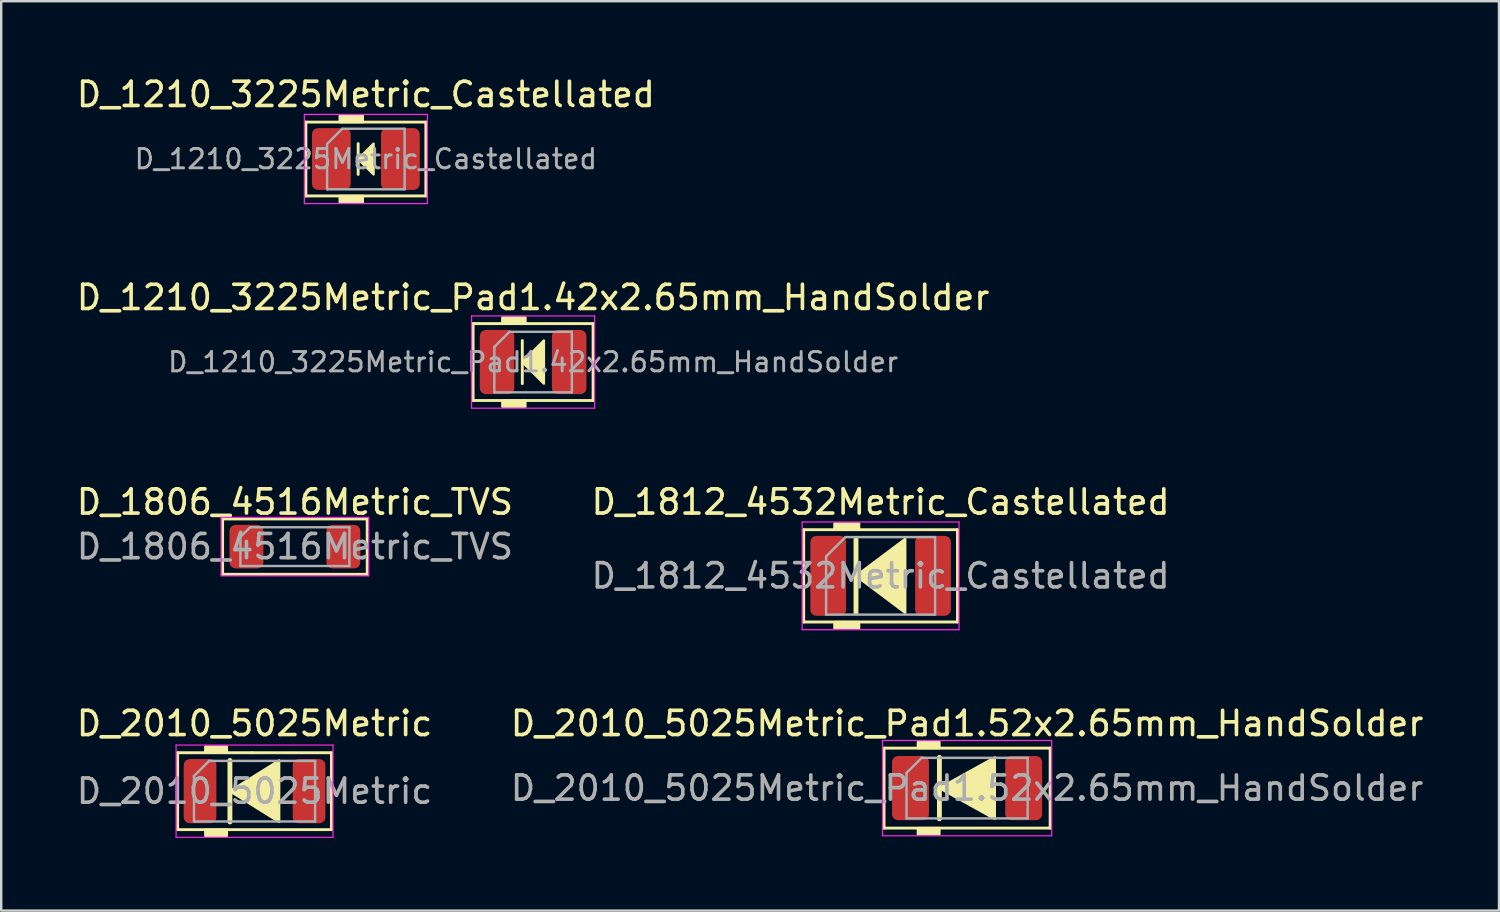
<source format=kicad_pcb>
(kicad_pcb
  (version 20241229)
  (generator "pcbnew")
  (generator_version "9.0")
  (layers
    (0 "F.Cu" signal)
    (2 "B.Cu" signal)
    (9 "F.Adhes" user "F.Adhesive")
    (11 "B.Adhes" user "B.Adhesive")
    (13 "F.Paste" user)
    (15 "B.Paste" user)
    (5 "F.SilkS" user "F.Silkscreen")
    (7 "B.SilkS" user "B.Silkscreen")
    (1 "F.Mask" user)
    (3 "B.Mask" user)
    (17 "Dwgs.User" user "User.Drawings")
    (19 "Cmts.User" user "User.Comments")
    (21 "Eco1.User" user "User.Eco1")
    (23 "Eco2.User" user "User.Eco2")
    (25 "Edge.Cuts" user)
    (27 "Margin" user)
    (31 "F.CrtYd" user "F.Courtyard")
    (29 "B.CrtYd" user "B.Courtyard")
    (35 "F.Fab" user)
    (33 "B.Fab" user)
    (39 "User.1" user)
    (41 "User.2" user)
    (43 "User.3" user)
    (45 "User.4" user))
  (footprint "D_1210_3225Metric_Pad1.42x2.65mm_HandSolder"
    (layer "F.Cu")
    (at 18.958 11.897)
    (property "Reference" "D_1210_3225Metric_Pad1.42x2.65mm_HandSolder" (at 0 -2.667 0) (layer "F.SilkS") (effects (font (size 1 1) (thickness 0.15))))
    (attr smd)
    (fp_line (start -2.477 -1.587) (end -2.477 1.587) (stroke (width 0.12) (type solid)) (layer "F.SilkS"))
    (fp_line (start -2.477 1.587) (end 2.477 1.587) (stroke (width 0.12) (type solid)) (layer "F.SilkS"))
    (fp_line (start -0.445 -0.889) (end -0.445 0.889) (stroke (width 0.12) (type solid)) (layer "F.SilkS"))
    (fp_line (start 2.477 -1.587) (end -2.477 -1.587) (stroke (width 0.12) (type solid)) (layer "F.SilkS"))
    (fp_line (start 2.477 1.587) (end 2.477 -1.587) (stroke (width 0.12) (type solid)) (layer "F.SilkS"))
    (fp_poly (pts (xy 0.445 0.889) (xy -0.445 0) (xy 0.445 -0.889)) (stroke (width 0.1) (type solid)) (fill yes) (layer "F.SilkS"))
    (fp_poly (pts (xy -0.318 -1.587) (xy -1.27 -1.587) (xy -1.27 -1.841) (xy -0.318 -1.841)) (stroke (width 0.1) (type solid)) (fill yes) (layer "F.SilkS"))
    (fp_poly (pts (xy -0.318 1.841) (xy -1.27 1.841) (xy -1.27 1.587) (xy -0.318 1.587)) (stroke (width 0.1) (type solid)) (fill yes) (layer "F.SilkS"))
    (fp_line (start -2.54 -1.905) (end 2.54 -1.905) (stroke (width 0.05) (type solid)) (layer "F.CrtYd"))
    (fp_line (start -2.54 1.905) (end -2.54 -1.905) (stroke (width 0.05) (type solid)) (layer "F.CrtYd"))
    (fp_line (start 2.54 -1.905) (end 2.54 1.905) (stroke (width 0.05) (type solid)) (layer "F.CrtYd"))
    (fp_line (start 2.54 1.905) (end -2.54 1.905) (stroke (width 0.05) (type solid)) (layer "F.CrtYd"))
    (fp_line (start -1.6 -0.625) (end -1.6 1.25) (stroke (width 0.1) (type solid)) (layer "F.Fab"))
    (fp_line (start -1.6 1.25) (end 1.6 1.25) (stroke (width 0.1) (type solid)) (layer "F.Fab"))
    (fp_line (start -0.975 -1.25) (end -1.6 -0.625) (stroke (width 0.1) (type solid)) (layer "F.Fab"))
    (fp_line (start 1.6 -1.25) (end -0.975 -1.25) (stroke (width 0.1) (type solid)) (layer "F.Fab"))
    (fp_line (start 1.6 1.25) (end 1.6 -1.25) (stroke (width 0.1) (type solid)) (layer "F.Fab"))
    (fp_text user "${REFERENCE}" (at 0 0 0) (layer "F.Fab") (effects (font (size 0.8 0.8) (thickness 0.12))))
    (pad "1" smd roundrect (at -1.488 0) (size 1.425 2.65) (layers "F.Cu" "F.Mask" "F.Paste") (roundrect_rratio 0.175))
    (pad "2" smd roundrect (at 1.488 0) (size 1.425 2.65) (layers "F.Cu" "F.Mask" "F.Paste") (roundrect_rratio 0.175)))
  (footprint "D_2010_5025Metric_Pad1.52x2.65mm_HandSolder"
    (layer "F.Cu")
    (at 36.875 29.486)
    (property "Reference" "D_2010_5025Metric_Pad1.52x2.65mm_HandSolder" (at 0 -2.667 0) (layer "F.SilkS") (effects (font (size 1 1) (thickness 0.15))))
    (attr smd)
    (fp_line (start -3.429 -1.651) (end -3.429 1.651) (stroke (width 0.12) (type solid)) (layer "F.SilkS"))
    (fp_line (start -3.429 1.651) (end 3.429 1.651) (stroke (width 0.12) (type solid)) (layer "F.SilkS"))
    (fp_line (start -1.143 -1.27) (end -1.143 1.27) (stroke (width 0.2) (type solid)) (layer "F.SilkS"))
    (fp_line (start 3.429 -1.651) (end -3.429 -1.651) (stroke (width 0.12) (type solid)) (layer "F.SilkS"))
    (fp_line (start 3.429 1.651) (end 3.429 -1.651) (stroke (width 0.12) (type solid)) (layer "F.SilkS"))
    (fp_poly (pts (xy 1.143 1.27) (xy -1.143 0) (xy 1.143 -1.27)) (stroke (width 0.1) (type solid)) (fill yes) (layer "F.SilkS"))
    (fp_poly (pts (xy -1.143 -1.651) (xy -2.032 -1.651) (xy -2.032 -1.905) (xy -1.143 -1.905)) (stroke (width 0.1) (type solid)) (fill yes) (layer "F.SilkS"))
    (fp_poly (pts (xy -1.143 1.905) (xy -2.032 1.905) (xy -2.032 1.651) (xy -1.143 1.651)) (stroke (width 0.1) (type solid)) (fill yes) (layer "F.SilkS"))
    (fp_line (start -3.493 -1.968) (end 3.493 -1.968) (stroke (width 0.05) (type solid)) (layer "F.CrtYd"))
    (fp_line (start -3.493 1.968) (end -3.493 -1.968) (stroke (width 0.05) (type solid)) (layer "F.CrtYd"))
    (fp_line (start 3.493 -1.968) (end 3.493 1.968) (stroke (width 0.05) (type solid)) (layer "F.CrtYd"))
    (fp_line (start 3.493 1.968) (end -3.493 1.968) (stroke (width 0.05) (type solid)) (layer "F.CrtYd"))
    (fp_line (start -2.5 -0.625) (end -2.5 1.25) (stroke (width 0.1) (type solid)) (layer "F.Fab"))
    (fp_line (start -2.5 1.25) (end 2.5 1.25) (stroke (width 0.1) (type solid)) (layer "F.Fab"))
    (fp_line (start -1.875 -1.25) (end -2.5 -0.625) (stroke (width 0.1) (type solid)) (layer "F.Fab"))
    (fp_line (start 2.5 -1.25) (end -1.875 -1.25) (stroke (width 0.1) (type solid)) (layer "F.Fab"))
    (fp_line (start 2.5 1.25) (end 2.5 -1.25) (stroke (width 0.1) (type solid)) (layer "F.Fab"))
    (fp_text user "${REFERENCE}" (at 0 0 0) (layer "F.Fab") (effects (font (size 1 1) (thickness 0.15))))
    (pad "1" smd roundrect (at -2.337 0) (size 1.525 2.65) (layers "F.Cu" "F.Mask" "F.Paste") (roundrect_rratio 0.164))
    (pad "2" smd roundrect (at 2.337 0) (size 1.525 2.65) (layers "F.Cu" "F.Mask" "F.Paste") (roundrect_rratio 0.164)))
  (footprint "D_1806_4516Metric_TVS"
    (layer "F.Cu")
    (at 9.125 19.517)
    (property "Reference" "D_1806_4516Metric_TVS" (at 0 -1.841 0) (layer "F.SilkS") (effects (font (size 1 1) (thickness 0.15))))
    (attr smd)
    (fp_line (start -2.985 -1.143) (end -2.985 1.143) (stroke (width 0.12) (type solid)) (layer "F.SilkS"))
    (fp_line (start -2.985 1.143) (end 2.985 1.143) (stroke (width 0.12) (type solid)) (layer "F.SilkS"))
    (fp_line (start 2.985 -1.143) (end -2.985 -1.143) (stroke (width 0.12) (type solid)) (layer "F.SilkS"))
    (fp_line (start 2.985 1.143) (end 2.985 -1.143) (stroke (width 0.12) (type solid)) (layer "F.SilkS"))
    (fp_line (start -3.048 -1.206) (end 3.048 -1.206) (stroke (width 0.05) (type solid)) (layer "F.CrtYd"))
    (fp_line (start -3.048 1.206) (end -3.048 -1.206) (stroke (width 0.05) (type solid)) (layer "F.CrtYd"))
    (fp_line (start 3.048 -1.206) (end 3.048 1.206) (stroke (width 0.05) (type solid)) (layer "F.CrtYd"))
    (fp_line (start 3.048 1.206) (end -3.048 1.206) (stroke (width 0.05) (type solid)) (layer "F.CrtYd"))
    (fp_line (start -2.25 -0.4) (end -2.25 0.8) (stroke (width 0.1) (type solid)) (layer "F.Fab"))
    (fp_line (start -2.25 0.8) (end 2.25 0.8) (stroke (width 0.1) (type solid)) (layer "F.Fab"))
    (fp_line (start -1.85 -0.8) (end -2.25 -0.4) (stroke (width 0.1) (type solid)) (layer "F.Fab"))
    (fp_line (start 2.25 -0.8) (end -1.85 -0.8) (stroke (width 0.1) (type solid)) (layer "F.Fab"))
    (fp_line (start 2.25 0.8) (end 2.25 -0.8) (stroke (width 0.1) (type solid)) (layer "F.Fab"))
    (fp_text user "${REFERENCE}" (at 0 0 0) (layer "F.Fab") (effects (font (size 1 1) (thickness 0.15))))
    (pad "1" smd roundrect (at -2 0) (size 1.4 1.8) (layers "F.Cu" "F.Mask" "F.Paste") (roundrect_rratio 0.179))
    (pad "2" smd roundrect (at 2 0) (size 1.4 1.8) (layers "F.Cu" "F.Mask" "F.Paste") (roundrect_rratio 0.179)))
  (footprint "D_2010_5025Metric"
    (layer "F.Cu")
    (at 7.458 29.613)
    (property "Reference" "D_2010_5025Metric" (at 0 -2.794 0) (layer "F.SilkS") (effects (font (size 1 1) (thickness 0.15))))
    (attr smd)
    (fp_line (start -3.175 -1.587) (end -3.175 1.587) (stroke (width 0.12) (type solid)) (layer "F.SilkS"))
    (fp_line (start -3.175 1.587) (end 3.175 1.587) (stroke (width 0.12) (type solid)) (layer "F.SilkS"))
    (fp_line (start -1.016 -1.27) (end -1.016 1.27) (stroke (width 0.2) (type solid)) (layer "F.SilkS"))
    (fp_line (start -0.127 -1.587) (end -3.175 -1.587) (stroke (width 0.12) (type solid)) (layer "F.SilkS"))
    (fp_line (start 3.175 -1.587) (end -0.127 -1.587) (stroke (width 0.12) (type solid)) (layer "F.SilkS"))
    (fp_line (start 3.175 1.587) (end 3.175 -1.587) (stroke (width 0.12) (type solid)) (layer "F.SilkS"))
    (fp_poly (pts (xy 1.016 1.27) (xy -1.016 0) (xy 1.016 -1.27)) (stroke (width 0.1) (type solid)) (fill yes) (layer "F.SilkS"))
    (fp_poly (pts (xy -1.143 -1.587) (xy -2.032 -1.587) (xy -2.032 -1.841) (xy -1.143 -1.841)) (stroke (width 0.1) (type solid)) (fill yes) (layer "F.SilkS"))
    (fp_poly (pts (xy -1.143 1.841) (xy -2.032 1.841) (xy -2.032 1.587) (xy -1.143 1.587)) (stroke (width 0.1) (type solid)) (fill yes) (layer "F.SilkS"))
    (fp_line (start -3.239 -1.905) (end 3.239 -1.905) (stroke (width 0.05) (type solid)) (layer "F.CrtYd"))
    (fp_line (start -3.239 1.905) (end -3.239 -1.905) (stroke (width 0.05) (type solid)) (layer "F.CrtYd"))
    (fp_line (start 3.239 -1.905) (end 3.239 1.905) (stroke (width 0.05) (type solid)) (layer "F.CrtYd"))
    (fp_line (start 3.239 1.905) (end -3.239 1.905) (stroke (width 0.05) (type solid)) (layer "F.CrtYd"))
    (fp_line (start -2.5 -0.625) (end -2.5 1.25) (stroke (width 0.1) (type solid)) (layer "F.Fab"))
    (fp_line (start -2.5 1.25) (end 2.5 1.25) (stroke (width 0.1) (type solid)) (layer "F.Fab"))
    (fp_line (start -1.875 -1.25) (end -2.5 -0.625) (stroke (width 0.1) (type solid)) (layer "F.Fab"))
    (fp_line (start 2.5 -1.25) (end -1.875 -1.25) (stroke (width 0.1) (type solid)) (layer "F.Fab"))
    (fp_line (start 2.5 1.25) (end 2.5 -1.25) (stroke (width 0.1) (type solid)) (layer "F.Fab"))
    (fp_text user "${REFERENCE}" (at 0 0 0) (layer "F.Fab") (effects (font (size 1 1) (thickness 0.15))))
    (pad "1" smd roundrect (at -2.25 0) (size 1.35 2.65) (layers "F.Cu" "F.Mask" "F.Paste") (roundrect_rratio 0.185))
    (pad "2" smd roundrect (at 2.25 0) (size 1.35 2.65) (layers "F.Cu" "F.Mask" "F.Paste") (roundrect_rratio 0.185)))
  (footprint "D_1210_3225Metric_Castellated"
    (layer "F.Cu")
    (at 12.054 3.515)
    (property "Reference" "D_1210_3225Metric_Castellated" (at 0 -2.667 0) (layer "F.SilkS") (effects (font (size 1 1) (thickness 0.15))))
    (attr smd)
    (fp_line (start -2.477 -1.524) (end -2.477 1.524) (stroke (width 0.12) (type solid)) (layer "F.SilkS"))
    (fp_line (start -2.477 1.524) (end 2.477 1.524) (stroke (width 0.12) (type solid)) (layer "F.SilkS"))
    (fp_line (start -0.318 -0.635) (end -0.318 0.635) (stroke (width 0.12) (type solid)) (layer "F.SilkS"))
    (fp_line (start 2.477 -1.524) (end -2.477 -1.524) (stroke (width 0.12) (type solid)) (layer "F.SilkS"))
    (fp_line (start 2.477 1.524) (end 2.477 -1.524) (stroke (width 0.12) (type solid)) (layer "F.SilkS"))
    (fp_poly (pts (xy 0.318 0.635) (xy -0.318 0) (xy 0.318 -0.635)) (stroke (width 0.1) (type solid)) (fill yes) (layer "F.SilkS"))
    (fp_poly (pts (xy -0.127 -1.524) (xy -1.079 -1.524) (xy -1.079 -1.778) (xy -0.127 -1.778)) (stroke (width 0.1) (type solid)) (fill yes) (layer "F.SilkS"))
    (fp_poly (pts (xy -0.127 1.778) (xy -1.079 1.778) (xy -1.079 1.524) (xy -0.127 1.524)) (stroke (width 0.1) (type solid)) (fill yes) (layer "F.SilkS"))
    (fp_line (start -2.54 -1.841) (end 2.54 -1.841) (stroke (width 0.05) (type solid)) (layer "F.CrtYd"))
    (fp_line (start -2.54 1.841) (end -2.54 -1.841) (stroke (width 0.05) (type solid)) (layer "F.CrtYd"))
    (fp_line (start 2.54 -1.841) (end 2.54 1.841) (stroke (width 0.05) (type solid)) (layer "F.CrtYd"))
    (fp_line (start 2.54 1.841) (end -2.54 1.841) (stroke (width 0.05) (type solid)) (layer "F.CrtYd"))
    (fp_line (start -1.6 -0.625) (end -1.6 1.25) (stroke (width 0.1) (type solid)) (layer "F.Fab"))
    (fp_line (start -1.6 1.25) (end 1.6 1.25) (stroke (width 0.1) (type solid)) (layer "F.Fab"))
    (fp_line (start -0.975 -1.25) (end -1.6 -0.625) (stroke (width 0.1) (type solid)) (layer "F.Fab"))
    (fp_line (start 1.6 -1.25) (end -0.975 -1.25) (stroke (width 0.1) (type solid)) (layer "F.Fab"))
    (fp_line (start 1.6 1.25) (end 1.6 -1.25) (stroke (width 0.1) (type solid)) (layer "F.Fab"))
    (fp_text user "${REFERENCE}" (at 0 0 0) (layer "F.Fab") (effects (font (size 0.8 0.8) (thickness 0.12))))
    (pad "1" smd roundrect (at -1.425 0) (size 1.6 2.55) (layers "F.Cu" "F.Mask" "F.Paste") (roundrect_rratio 0.156))
    (pad "2" smd roundrect (at 1.425 0) (size 1.6 2.55) (layers "F.Cu" "F.Mask" "F.Paste") (roundrect_rratio 0.156)))
  (footprint "D_1812_4532Metric_Castellated"
    (layer "F.Cu")
    (at 33.304 20.723)
    (property "Reference" "D_1812_4532Metric_Castellated" (at 0 -3.048 0) (layer "F.SilkS") (effects (font (size 1 1) (thickness 0.15))))
    (attr smd)
    (fp_line (start -3.175 -1.905) (end 3.175 -1.905) (stroke (width 0.12) (type solid)) (layer "F.SilkS"))
    (fp_line (start -3.175 1.905) (end -3.175 -1.905) (stroke (width 0.12) (type solid)) (layer "F.SilkS"))
    (fp_line (start -1.016 -1.524) (end -1.016 1.524) (stroke (width 0.2) (type solid)) (layer "F.SilkS"))
    (fp_line (start 3.175 -1.905) (end 3.175 1.905) (stroke (width 0.12) (type solid)) (layer "F.SilkS"))
    (fp_line (start 3.175 1.905) (end -3.175 1.905) (stroke (width 0.12) (type solid)) (layer "F.SilkS"))
    (fp_poly (pts (xy 1.016 1.524) (xy -1.016 0) (xy 1.016 -1.524)) (stroke (width 0.1) (type solid)) (fill yes) (layer "F.SilkS"))
    (fp_poly (pts (xy -0.889 -1.905) (xy -1.905 -1.905) (xy -1.905 -2.159) (xy -0.889 -2.159)) (stroke (width 0.1) (type solid)) (fill yes) (layer "F.SilkS"))
    (fp_poly (pts (xy -0.889 2.159) (xy -1.905 2.159) (xy -1.905 1.905) (xy -0.889 1.905)) (stroke (width 0.1) (type solid)) (fill yes) (layer "F.SilkS"))
    (fp_line (start -3.239 -2.223) (end 3.239 -2.223) (stroke (width 0.05) (type solid)) (layer "F.CrtYd"))
    (fp_line (start -3.239 2.223) (end -3.239 -2.223) (stroke (width 0.05) (type solid)) (layer "F.CrtYd"))
    (fp_line (start 3.239 -2.223) (end 3.239 2.223) (stroke (width 0.05) (type solid)) (layer "F.CrtYd"))
    (fp_line (start 3.239 2.223) (end -3.239 2.223) (stroke (width 0.05) (type solid)) (layer "F.CrtYd"))
    (fp_line (start -2.25 -0.8) (end -2.25 1.6) (stroke (width 0.1) (type solid)) (layer "F.Fab"))
    (fp_line (start -2.25 1.6) (end 2.25 1.6) (stroke (width 0.1) (type solid)) (layer "F.Fab"))
    (fp_line (start -1.45 -1.6) (end -2.25 -0.8) (stroke (width 0.1) (type solid)) (layer "F.Fab"))
    (fp_line (start 2.25 -1.6) (end -1.45 -1.6) (stroke (width 0.1) (type solid)) (layer "F.Fab"))
    (fp_line (start 2.25 1.6) (end 2.25 -1.6) (stroke (width 0.1) (type solid)) (layer "F.Fab"))
    (fp_text user "${REFERENCE}" (at 0 0 0) (layer "F.Fab") (effects (font (size 1 1) (thickness 0.15))))
    (pad "1" smd roundrect (at -2.163 0) (size 1.475 3.3) (layers "F.Cu" "F.Mask" "F.Paste") (roundrect_rratio 0.169))
    (pad "2" smd roundrect (at 2.163 0) (size 1.475 3.3) (layers "F.Cu" "F.Mask" "F.Paste") (roundrect_rratio 0.169)))
  (gr_rect
    (start -3 -3)
    (end 58.833 34.543)
    (stroke (width 0.1) (type default))
    (fill no)
    (layer "Edge.Cuts")))
</source>
